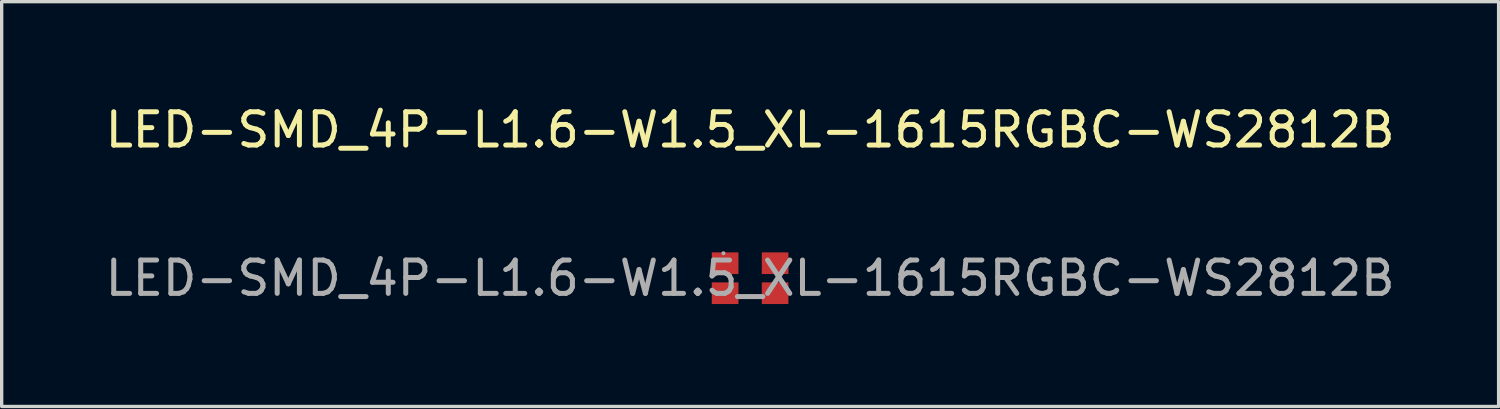
<source format=kicad_pcb>
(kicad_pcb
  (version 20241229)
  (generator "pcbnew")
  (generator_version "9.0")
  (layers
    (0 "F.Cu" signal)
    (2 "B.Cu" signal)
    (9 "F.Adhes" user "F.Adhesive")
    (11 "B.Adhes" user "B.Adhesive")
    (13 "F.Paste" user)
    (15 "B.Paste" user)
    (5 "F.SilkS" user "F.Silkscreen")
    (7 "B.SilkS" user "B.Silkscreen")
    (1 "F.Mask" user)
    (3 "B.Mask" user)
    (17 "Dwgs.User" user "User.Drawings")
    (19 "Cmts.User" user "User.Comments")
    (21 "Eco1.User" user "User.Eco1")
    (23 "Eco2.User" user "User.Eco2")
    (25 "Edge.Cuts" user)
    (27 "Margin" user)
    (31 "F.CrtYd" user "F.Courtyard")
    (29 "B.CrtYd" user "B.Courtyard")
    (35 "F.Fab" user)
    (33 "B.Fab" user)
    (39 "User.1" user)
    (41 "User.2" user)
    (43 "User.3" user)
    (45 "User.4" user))
  (footprint "LED-SMD_4P-L1.6-W1.5_XL-1615RGBC-WS2812B"
    (layer "F.Cu")
    (at 19.458 5.298)
    (property "Reference" "LED-SMD_4P-L1.6-W1.5_XL-1615RGBC-WS2812B" (at 0 -4.45 0) (layer "F.SilkS") (effects (font (size 1 1) (thickness 0.15))))
    (attr smd)
    (fp_circle (center -0.8 -0.75) (end -0.77 -0.75) (stroke (width 0.06) (type solid)) (fill no) (layer "F.Fab"))
    (fp_text user "${REFERENCE}" (at 0 0 0) (layer "F.Fab") (effects (font (size 1 1) (thickness 0.15))))
    (pad "1" smd rect (at -0.75 -0.45 180) (size 0.8 0.65) (layers "F.Cu" "F.Mask" "F.Paste"))
    (pad "2" smd rect (at 0.75 -0.45 180) (size 0.8 0.65) (layers "F.Cu" "F.Mask" "F.Paste"))
    (pad "3" smd rect (at -0.75 0.45 180) (size 0.8 0.65) (layers "F.Cu" "F.Mask" "F.Paste"))
    (pad "4" smd rect (at 0.75 0.45 180) (size 0.8 0.65) (layers "F.Cu" "F.Mask" "F.Paste")))
  (gr_rect
    (start -3 -3)
    (end 41.917 9.146)
    (stroke (width 0.1) (type default))
    (fill no)
    (layer "Edge.Cuts")))
</source>
